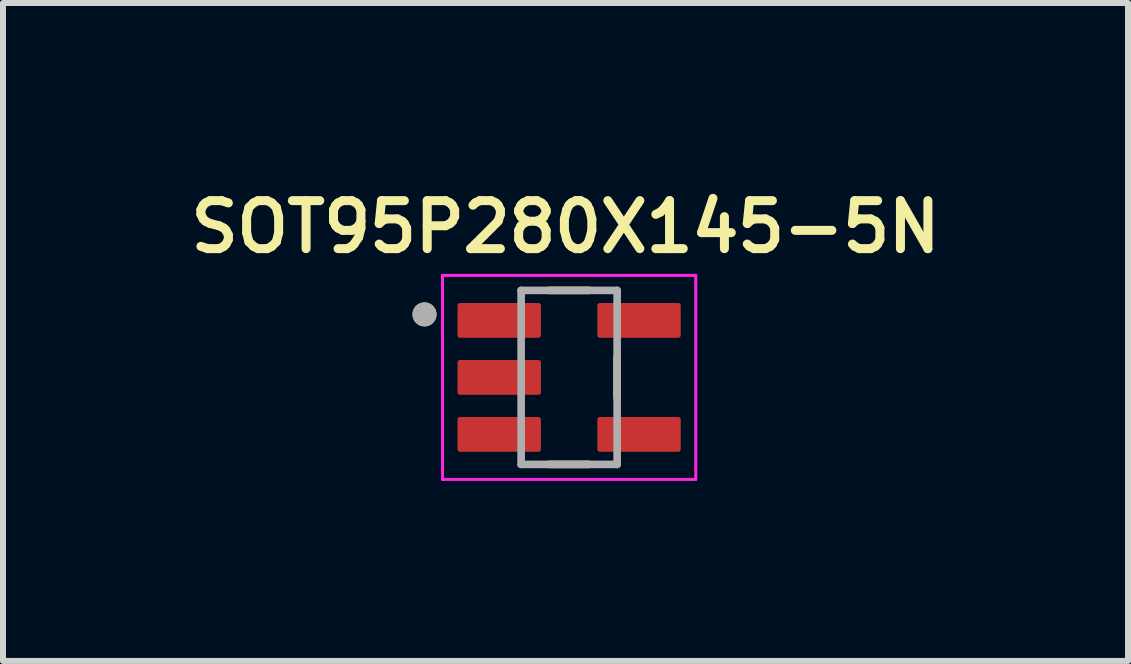
<source format=kicad_pcb>
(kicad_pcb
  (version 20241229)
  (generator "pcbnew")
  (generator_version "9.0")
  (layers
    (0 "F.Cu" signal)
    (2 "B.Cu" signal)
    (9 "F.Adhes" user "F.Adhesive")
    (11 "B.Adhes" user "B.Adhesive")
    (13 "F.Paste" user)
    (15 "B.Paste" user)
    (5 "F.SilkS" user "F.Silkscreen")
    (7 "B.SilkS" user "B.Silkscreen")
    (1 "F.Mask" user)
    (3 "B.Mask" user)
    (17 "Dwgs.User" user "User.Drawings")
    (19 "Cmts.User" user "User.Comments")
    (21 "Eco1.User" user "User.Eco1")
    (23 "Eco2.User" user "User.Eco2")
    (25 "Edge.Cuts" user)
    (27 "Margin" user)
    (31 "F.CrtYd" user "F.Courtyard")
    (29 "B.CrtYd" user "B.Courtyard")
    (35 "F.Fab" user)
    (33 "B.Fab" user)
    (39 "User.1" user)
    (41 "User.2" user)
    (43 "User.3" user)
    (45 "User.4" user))
  (footprint "SOT95P280X145-5N"
    (layer "F.Cu")
    (at 6.434 3.239)
    (property "Reference" "SOT95P280X145-5N" (at -0.06 -2.508 0) (layer "F.SilkS") (effects (font (size 0.8 0.8) (thickness 0.15))))
    (attr smd)
    (fp_line (start -0.33 -1.45) (end 0.33 -1.45) (stroke (width 0.127) (type solid)) (layer "F.SilkS"))
    (fp_line (start 0.33 1.45) (end -0.33 1.45) (stroke (width 0.127) (type solid)) (layer "F.SilkS"))
    (fp_line (start 0.8 -0.335) (end 0.8 0.335) (stroke (width 0.127) (type solid)) (layer "F.SilkS"))
    (fp_circle (center -2.41 -1.05) (end -2.31 -1.05) (stroke (width 0.2) (type solid)) (fill no) (layer "F.SilkS"))
    (fp_line (start -2.11 -1.7) (end 2.11 -1.7) (stroke (width 0.05) (type solid)) (layer "F.CrtYd"))
    (fp_line (start -2.11 1.7) (end -2.11 -1.7) (stroke (width 0.05) (type solid)) (layer "F.CrtYd"))
    (fp_line (start 2.11 -1.7) (end 2.11 1.7) (stroke (width 0.05) (type solid)) (layer "F.CrtYd"))
    (fp_line (start 2.11 1.7) (end -2.11 1.7) (stroke (width 0.05) (type solid)) (layer "F.CrtYd"))
    (fp_line (start -0.8 -1.45) (end 0.8 -1.45) (stroke (width 0.127) (type solid)) (layer "F.Fab"))
    (fp_line (start -0.8 1.45) (end -0.8 -1.45) (stroke (width 0.127) (type solid)) (layer "F.Fab"))
    (fp_line (start 0.8 -1.45) (end 0.8 1.45) (stroke (width 0.127) (type solid)) (layer "F.Fab"))
    (fp_line (start 0.8 1.45) (end -0.8 1.45) (stroke (width 0.127) (type solid)) (layer "F.Fab"))
    (fp_circle (center -2.41 -1.05) (end -2.31 -1.05) (stroke (width 0.2) (type solid)) (fill no) (layer "F.Fab"))
    (pad "1" smd roundrect (at -1.165 -0.95) (size 1.39 0.58) (layers "F.Cu" "F.Mask" "F.Paste") (roundrect_rratio 0.07))
    (pad "2" smd roundrect (at -1.165 0) (size 1.39 0.58) (layers "F.Cu" "F.Mask" "F.Paste") (roundrect_rratio 0.07))
    (pad "3" smd roundrect (at -1.165 0.95) (size 1.39 0.58) (layers "F.Cu" "F.Mask" "F.Paste") (roundrect_rratio 0.07))
    (pad "4" smd roundrect (at 1.165 0.95) (size 1.39 0.58) (layers "F.Cu" "F.Mask" "F.Paste") (roundrect_rratio 0.07))
    (pad "5" smd roundrect (at 1.165 -0.95) (size 1.39 0.58) (layers "F.Cu" "F.Mask" "F.Paste") (roundrect_rratio 0.07)))
  (gr_rect
    (start -3 -3)
    (end 15.747 7.964)
    (stroke (width 0.1) (type default))
    (fill no)
    (layer "Edge.Cuts")))
</source>
